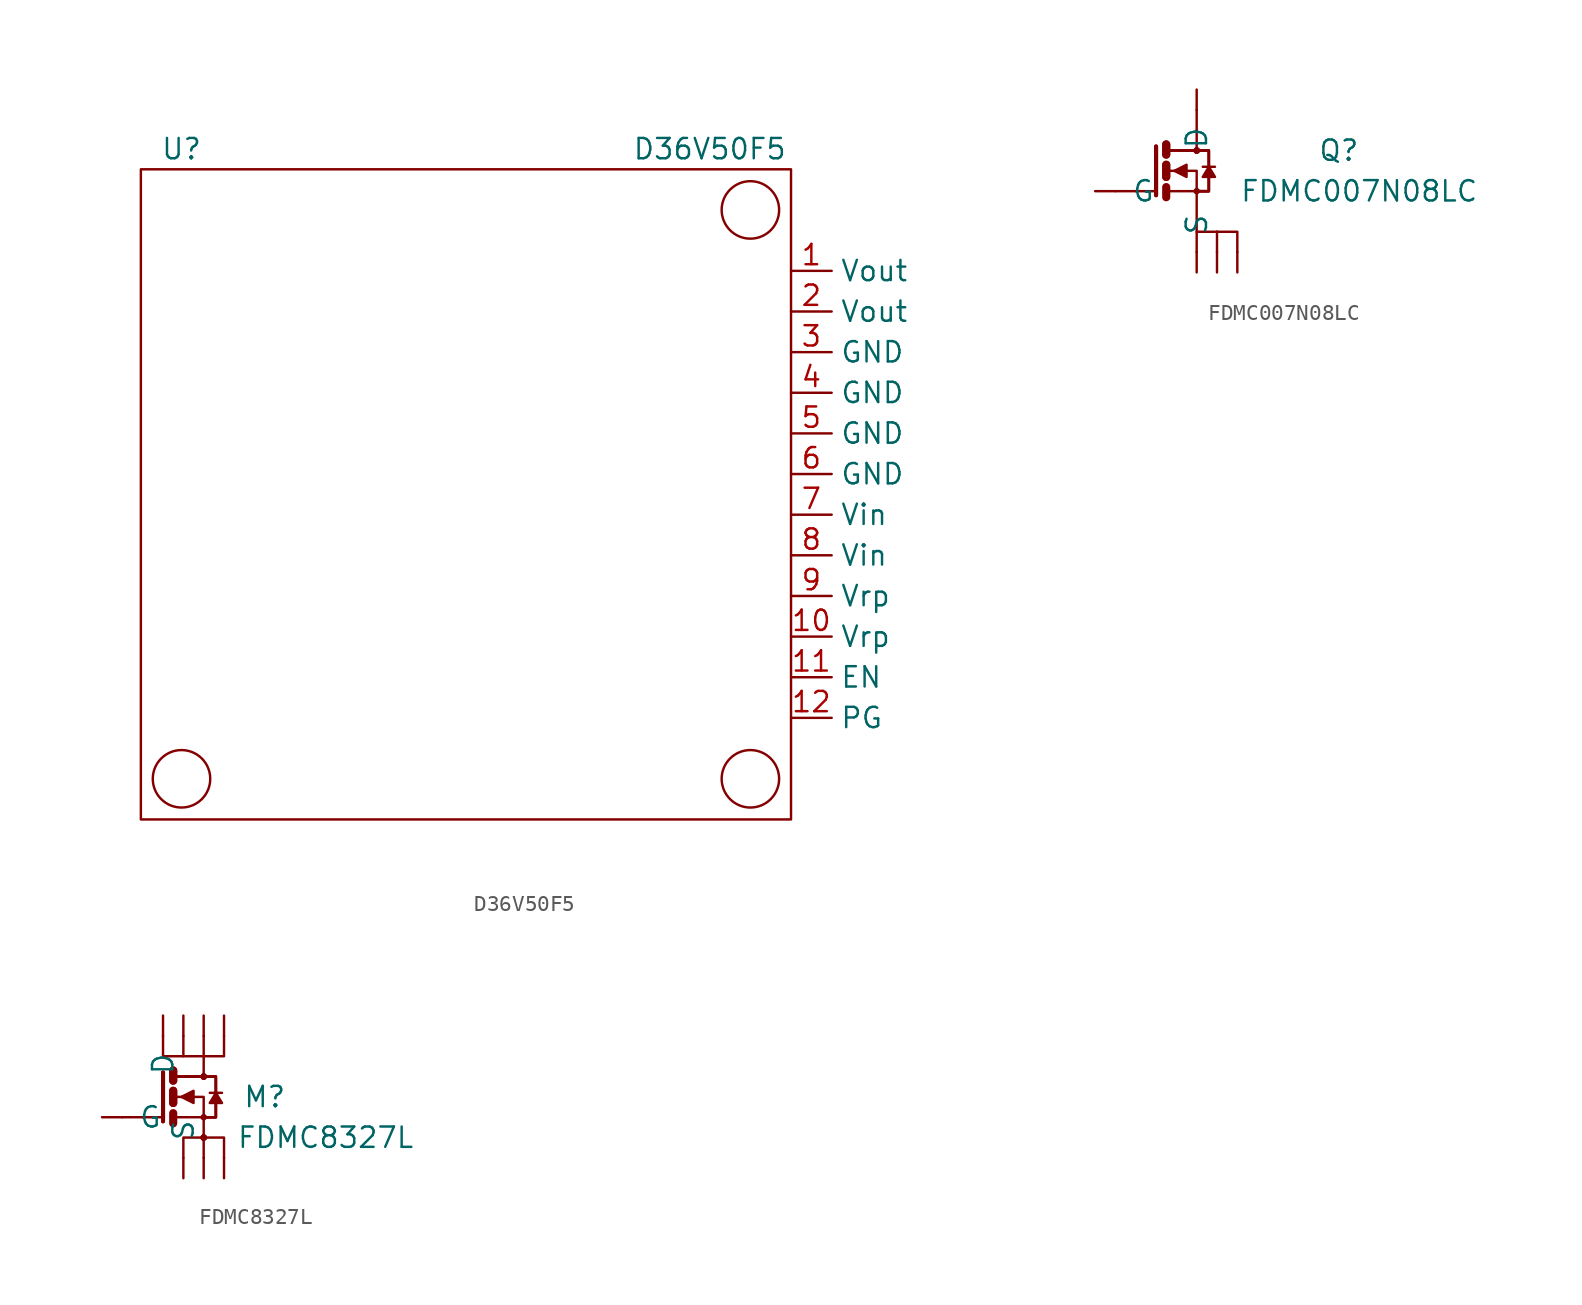
<source format=kicad_sym>
(kicad_symbol_lib
  (version 20211014)
  (generator kicad_symbol_editor)
  (symbol "D36V50F5"
    (property "Reference" "U"
      (at -17.78 21.59 0)
      (effects (font (size 1.27 1.27))))
    (property "Value" "D36V50F5"
      (at 15.24 21.59 0)
      (effects (font (size 1.27 1.27))))
    (symbol "D36V50F5_0_1"
      (rectangle (start -20.32 20.32) (end 20.32 -20.32) (stroke (width 0) (type default) (color 0 0 0 0)) (fill (type none)))
      (circle (center -17.78 -17.78) (radius 1.796) (stroke (width 0) (type default) (color 0 0 0 0)) (fill (type none)))
      (circle (center 17.78 -17.78) (radius 1.796) (stroke (width 0) (type default) (color 0 0 0 0)) (fill (type none)))
      (circle (center 17.78 17.78) (radius 1.796) (stroke (width 0) (type default) (color 0 0 0 0)) (fill (type none))))
    (symbol "D36V50F5_1_1"
      (pin input line (at 20.32 13.97 0) (length 2.54) (name "Vout" (effects (font (size 1.27 1.27)))) (number "1" (effects (font (size 1.27 1.27)))))
      (pin input line (at 20.32 -8.89 0) (length 2.54) (name "Vrp" (effects (font (size 1.27 1.27)))) (number "10" (effects (font (size 1.27 1.27)))))
      (pin input line (at 20.32 -11.43 0) (length 2.54) (name "EN" (effects (font (size 1.27 1.27)))) (number "11" (effects (font (size 1.27 1.27)))))
      (pin input line (at 20.32 -13.97 0) (length 2.54) (name "PG" (effects (font (size 1.27 1.27)))) (number "12" (effects (font (size 1.27 1.27)))))
      (pin input line (at 20.32 11.43 0) (length 2.54) (name "Vout" (effects (font (size 1.27 1.27)))) (number "2" (effects (font (size 1.27 1.27)))))
      (pin input line (at 20.32 8.89 0) (length 2.54) (name "GND" (effects (font (size 1.27 1.27)))) (number "3" (effects (font (size 1.27 1.27)))))
      (pin input line (at 20.32 6.35 0) (length 2.54) (name "GND" (effects (font (size 1.27 1.27)))) (number "4" (effects (font (size 1.27 1.27)))))
      (pin input line (at 20.32 3.81 0) (length 2.54) (name "GND" (effects (font (size 1.27 1.27)))) (number "5" (effects (font (size 1.27 1.27)))))
      (pin input line (at 20.32 1.27 0) (length 2.54) (name "GND" (effects (font (size 1.27 1.27)))) (number "6" (effects (font (size 1.27 1.27)))))
      (pin input line (at 20.32 -1.27 0) (length 2.54) (name "Vin" (effects (font (size 1.27 1.27)))) (number "7" (effects (font (size 1.27 1.27)))))
      (pin input line (at 20.32 -3.81 0) (length 2.54) (name "Vin" (effects (font (size 1.27 1.27)))) (number "8" (effects (font (size 1.27 1.27)))))
      (pin input line (at 20.32 -6.35 0) (length 2.54) (name "Vrp" (effects (font (size 1.27 1.27)))) (number "9" (effects (font (size 1.27 1.27)))))))
  (symbol "FDMC007N08LC"
    (pin_names
      (offset 1.016))
    (property "Reference" "Q"
      (at 10.16 1.27 0)
      (effects (font (size 1.27 1.27))))
    (property "Value" "FDMC007N08LC"
      (at 11.43 -1.27 0)
      (effects (font (size 1.27 1.27))))
    (symbol "FDMC007N08LC_0_1"
      (polyline (pts (xy 1.27 -1.27) (xy 1.27 -3.81)) (stroke (width 0) (type default) (color 0 0 0 0)) (fill (type none)))
      (polyline (pts (xy 1.27 2.54) (xy 1.27 1.27)) (stroke (width 0) (type default) (color 0 0 0 0)) (fill (type none))))
    (symbol "FDMC007N08LC_1_1"
      (polyline (pts (xy -3.81 -1.27) (xy -2.54 -1.27)) (stroke (width 0) (type default) (color 0 0 0 0)) (fill (type none)))
      (polyline (pts (xy -1.27 -1.27) (xy -2.54 -1.27)) (stroke (width 0) (type default) (color 0 0 0 0)) (fill (type none)))
      (polyline (pts (xy -0.635 -1.016) (xy -0.635 -1.651)) (stroke (width 0.508) (type default) (color 0 0 0 0)) (fill (type none)))
      (polyline (pts (xy -0.635 0.381) (xy -0.635 -0.381)) (stroke (width 0.508) (type default) (color 0 0 0 0)) (fill (type none)))
      (polyline (pts (xy -0.635 0.381) (xy -0.635 -0.381)) (stroke (width 0.508) (type default) (color 0 0 0 0)) (fill (type none)))
      (polyline (pts (xy -0.635 1.651) (xy -0.635 1.016)) (stroke (width 0.508) (type default) (color 0 0 0 0)) (fill (type none)))
      (polyline (pts (xy -0.635 1.651) (xy -0.635 1.016)) (stroke (width 0.508) (type default) (color 0 0 0 0)) (fill (type none)))
      (polyline (pts (xy -0.508 -1.27) (xy 1.27 -1.27)) (stroke (width 0) (type default) (color 0 0 0 0)) (fill (type none)))
      (polyline (pts (xy -0.508 1.27) (xy 1.27 1.27)) (stroke (width 0) (type default) (color 0 0 0 0)) (fill (type none)))
      (polyline (pts (xy -0.508 1.27) (xy 1.27 1.27)) (stroke (width 0) (type default) (color 0 0 0 0)) (fill (type none)))
      (polyline (pts (xy -0.508 1.27) (xy 1.27 1.27)) (stroke (width 0) (type default) (color 0 0 0 0)) (fill (type none)))
      (polyline (pts (xy -0.508 1.27) (xy 1.27 1.27)) (stroke (width 0) (type default) (color 0 0 0 0)) (fill (type none)))
      (polyline (pts (xy 1.27 3.81) (xy 1.27 2.54)) (stroke (width 0) (type default) (color 0 0 0 0)) (fill (type none)))
      (polyline (pts (xy 1.651 0.254) (xy 2.413 0.254)) (stroke (width 0) (type default) (color 0 0 0 0)) (fill (type none)))
      (polyline (pts (xy 2.54 -3.81) (xy 2.54 -5.08)) (stroke (width 0) (type default) (color 0 0 0 0)) (fill (type none)))
      (polyline (pts (xy -1.27 1.524) (xy -1.27 -1.524) (xy -1.27 -1.524)) (stroke (width 0.254) (type default) (color 0 0 0 0)) (fill (type none)))
      (polyline (pts (xy -1.27 1.524) (xy -1.27 -1.524) (xy -1.27 -1.524)) (stroke (width 0.254) (type default) (color 0 0 0 0)) (fill (type none)))
      (polyline (pts (xy -0.508 0) (xy 1.27 0) (xy 1.27 -1.27)) (stroke (width 0) (type default) (color 0 0 0 0)) (fill (type none)))
      (polyline (pts (xy 2.54 -3.81) (xy 1.27 -3.81) (xy 1.27 -5.08)) (stroke (width 0) (type default) (color 0 0 0 0)) (fill (type none)))
      (polyline (pts (xy 2.54 -3.81) (xy 3.81 -3.81) (xy 3.81 -5.08)) (stroke (width 0) (type default) (color 0 0 0 0)) (fill (type none)))
      (polyline (pts (xy -0.127 0) (xy 0.635 -0.381) (xy 0.635 0.381) (xy -0.127 0)) (stroke (width 0) (type default) (color 0 0 0 0)) (fill (type outline)))
      (polyline (pts (xy 1.27 -1.27) (xy 2.032 -1.27) (xy 2.032 1.27) (xy 1.27 1.27)) (stroke (width 0) (type default) (color 0 0 0 0)) (fill (type none)))
      (polyline (pts (xy 1.27 -1.27) (xy 2.032 -1.27) (xy 2.032 1.27) (xy 1.27 1.27)) (stroke (width 0) (type default) (color 0 0 0 0)) (fill (type none)))
      (polyline (pts (xy 1.27 -1.27) (xy 2.032 -1.27) (xy 2.032 1.27) (xy 1.27 1.27)) (stroke (width 0) (type default) (color 0 0 0 0)) (fill (type none)))
      (polyline (pts (xy 1.27 -1.27) (xy 2.032 -1.27) (xy 2.032 1.27) (xy 1.27 1.27)) (stroke (width 0) (type default) (color 0 0 0 0)) (fill (type none)))
      (polyline (pts (xy 2.032 0.254) (xy 2.413 -0.381) (xy 1.651 -0.381) (xy 2.032 0.254)) (stroke (width 0) (type default) (color 0 0 0 0)) (fill (type outline)))
      (circle (center 1.27 -1.27) (radius 0.127) (stroke (width 0) (type default) (color 0 0 0 0)) (fill (type none)))
      (circle (center 1.27 1.27) (radius 0.127) (stroke (width 0) (type default) (color 0 0 0 0)) (fill (type none)))
      (circle (center 1.27 1.27) (radius 0.127) (stroke (width 0) (type default) (color 0 0 0 0)) (fill (type none)))
      (circle (center 1.27 1.27) (radius 0.127) (stroke (width 0) (type default) (color 0 0 0 0)) (fill (type none)))
      (circle (center 1.27 1.27) (radius 0.127) (stroke (width 0) (type default) (color 0 0 0 0)) (fill (type none)))
      (pin power_in line (at 3.81 -6.35 90) (length 1.27) (name "S" (effects (font (size 0 0)))) (number "1" (effects (font (size 0 0)))))
      (pin bidirectional line (at 2.54 -6.35 90) (length 1.27) (name "S" (effects (font (size 0 0)))) (number "2" (effects (font (size 0 0)))))
      (pin bidirectional line (at 1.27 -6.35 90) (length 1.27) (name "S" (effects (font (size 1.27 1.27)))) (number "3" (effects (font (size 0 0)))))
      (pin passive line (at -5.08 -1.27 0) (length 1.27) (name "G" (effects (font (size 1.27 1.27)))) (number "4" (effects (font (size 0 0)))))
      (pin power_in line (at 1.27 5.08 270) (length 1.27) (name "D" (effects (font (size 1.27 1.27)))) (number "5" (effects (font (size 0 0)))))))
  (symbol "FDMC8327L"
    (pin_names
      (offset 1.016))
    (property "Reference" "M"
      (at 5.08 0 0)
      (effects (font (size 1.27 1.27))))
    (property "Value" "FDMC8327L"
      (at 8.89 -2.54 0)
      (effects (font (size 1.27 1.27))))
    (symbol "FDMC8327L_1_1"
      (polyline (pts (xy -3.81 -1.27) (xy -2.54 -1.27)) (stroke (width 0) (type default) (color 0 0 0 0)) (fill (type none)))
      (polyline (pts (xy -1.27 -1.27) (xy -2.54 -1.27)) (stroke (width 0) (type default) (color 0 0 0 0)) (fill (type none)))
      (polyline (pts (xy -0.635 -1.016) (xy -0.635 -1.651)) (stroke (width 0.508) (type default) (color 0 0 0 0)) (fill (type none)))
      (polyline (pts (xy -0.635 0.381) (xy -0.635 -0.381)) (stroke (width 0.508) (type default) (color 0 0 0 0)) (fill (type none)))
      (polyline (pts (xy -0.635 0.381) (xy -0.635 -0.381)) (stroke (width 0.508) (type default) (color 0 0 0 0)) (fill (type none)))
      (polyline (pts (xy -0.635 1.651) (xy -0.635 1.016)) (stroke (width 0.508) (type default) (color 0 0 0 0)) (fill (type none)))
      (polyline (pts (xy -0.635 1.651) (xy -0.635 1.016)) (stroke (width 0.508) (type default) (color 0 0 0 0)) (fill (type none)))
      (polyline (pts (xy -0.508 -1.27) (xy 1.27 -1.27)) (stroke (width 0) (type default) (color 0 0 0 0)) (fill (type none)))
      (polyline (pts (xy -0.508 1.27) (xy 1.27 1.27)) (stroke (width 0) (type default) (color 0 0 0 0)) (fill (type none)))
      (polyline (pts (xy -0.508 1.27) (xy 1.27 1.27)) (stroke (width 0) (type default) (color 0 0 0 0)) (fill (type none)))
      (polyline (pts (xy -0.508 1.27) (xy 1.27 1.27)) (stroke (width 0) (type default) (color 0 0 0 0)) (fill (type none)))
      (polyline (pts (xy -0.508 1.27) (xy 1.27 1.27)) (stroke (width 0) (type default) (color 0 0 0 0)) (fill (type none)))
      (polyline (pts (xy 0 3.81) (xy 0 2.54)) (stroke (width 0) (type default) (color 0 0 0 0)) (fill (type none)))
      (polyline (pts (xy 1.27 -2.54) (xy 1.27 -3.81)) (stroke (width 0) (type default) (color 0 0 0 0)) (fill (type none)))
      (polyline (pts (xy 1.27 -1.27) (xy 1.27 -2.54)) (stroke (width 0) (type default) (color 0 0 0 0)) (fill (type none)))
      (polyline (pts (xy 1.27 3.81) (xy 1.27 2.54)) (stroke (width 0) (type default) (color 0 0 0 0)) (fill (type none)))
      (polyline (pts (xy 1.651 0.254) (xy 2.413 0.254)) (stroke (width 0) (type default) (color 0 0 0 0)) (fill (type none)))
      (polyline (pts (xy -1.27 1.524) (xy -1.27 -1.524) (xy -1.27 -1.524)) (stroke (width 0.254) (type default) (color 0 0 0 0)) (fill (type none)))
      (polyline (pts (xy -1.27 1.524) (xy -1.27 -1.524) (xy -1.27 -1.524)) (stroke (width 0.254) (type default) (color 0 0 0 0)) (fill (type none)))
      (polyline (pts (xy -0.508 0) (xy 1.27 0) (xy 1.27 -1.27)) (stroke (width 0) (type default) (color 0 0 0 0)) (fill (type none)))
      (polyline (pts (xy 1.27 -2.54) (xy 0 -2.54) (xy 0 -3.81)) (stroke (width 0) (type default) (color 0 0 0 0)) (fill (type none)))
      (polyline (pts (xy 1.27 -2.54) (xy 2.54 -2.54) (xy 2.54 -3.81)) (stroke (width 0) (type default) (color 0 0 0 0)) (fill (type none)))
      (polyline (pts (xy 2.54 3.81) (xy 2.54 2.54) (xy 1.27 2.54)) (stroke (width 0) (type default) (color 0 0 0 0)) (fill (type none)))
      (polyline (pts (xy -1.27 3.81) (xy -1.27 2.54) (xy 1.27 2.54) (xy 1.27 1.27)) (stroke (width 0) (type default) (color 0 0 0 0)) (fill (type none)))
      (polyline (pts (xy -0.127 0) (xy 0.635 -0.381) (xy 0.635 0.381) (xy -0.127 0)) (stroke (width 0) (type default) (color 0 0 0 0)) (fill (type outline)))
      (polyline (pts (xy 1.27 -1.27) (xy 2.032 -1.27) (xy 2.032 1.27) (xy 1.27 1.27)) (stroke (width 0) (type default) (color 0 0 0 0)) (fill (type none)))
      (polyline (pts (xy 1.27 -1.27) (xy 2.032 -1.27) (xy 2.032 1.27) (xy 1.27 1.27)) (stroke (width 0) (type default) (color 0 0 0 0)) (fill (type none)))
      (polyline (pts (xy 1.27 -1.27) (xy 2.032 -1.27) (xy 2.032 1.27) (xy 1.27 1.27)) (stroke (width 0) (type default) (color 0 0 0 0)) (fill (type none)))
      (polyline (pts (xy 1.27 -1.27) (xy 2.032 -1.27) (xy 2.032 1.27) (xy 1.27 1.27)) (stroke (width 0) (type default) (color 0 0 0 0)) (fill (type none)))
      (polyline (pts (xy 2.032 0.254) (xy 2.413 -0.381) (xy 1.651 -0.381) (xy 2.032 0.254)) (stroke (width 0) (type default) (color 0 0 0 0)) (fill (type outline)))
      (circle (center 1.27 -2.54) (radius 0.127) (stroke (width 0) (type default) (color 0 0 0 0)) (fill (type none)))
      (circle (center 1.27 -2.54) (radius 0.127) (stroke (width 0) (type default) (color 0 0 0 0)) (fill (type none)))
      (circle (center 1.27 -2.54) (radius 0.127) (stroke (width 0) (type default) (color 0 0 0 0)) (fill (type none)))
      (circle (center 1.27 -2.54) (radius 0.127) (stroke (width 0) (type default) (color 0 0 0 0)) (fill (type none)))
      (circle (center 1.27 -1.27) (radius 0.127) (stroke (width 0) (type default) (color 0 0 0 0)) (fill (type none)))
      (circle (center 1.27 1.27) (radius 0.127) (stroke (width 0) (type default) (color 0 0 0 0)) (fill (type none)))
      (circle (center 1.27 1.27) (radius 0.127) (stroke (width 0) (type default) (color 0 0 0 0)) (fill (type none)))
      (circle (center 1.27 1.27) (radius 0.127) (stroke (width 0) (type default) (color 0 0 0 0)) (fill (type none)))
      (circle (center 1.27 1.27) (radius 0.127) (stroke (width 0) (type default) (color 0 0 0 0)) (fill (type none)))
      (pin bidirectional line (at 0 -5.08 90) (length 1.27) (name "S" (effects (font (size 1.27 1.27)))) (number "1" (effects (font (size 0 0)))))
      (pin bidirectional line (at 1.27 -5.08 90) (length 1.27) (name "S" (effects (font (size 0 0)))) (number "2" (effects (font (size 0 0)))))
      (pin power_in line (at 2.54 -5.08 90) (length 1.27) (name "S" (effects (font (size 0 0)))) (number "3" (effects (font (size 0 0)))))
      (pin passive line (at -5.08 -1.27 0) (length 1.27) (name "G" (effects (font (size 1.27 1.27)))) (number "4" (effects (font (size 0 0)))))
      (pin passive line (at -1.27 5.08 270) (length 1.27) (name "D" (effects (font (size 1.27 1.27)))) (number "5" (effects (font (size 0 0)))))
      (pin power_in line (at 0 5.08 270) (length 1.27) (name "D" (effects (font (size 0 0)))) (number "5" (effects (font (size 0 0)))))
      (pin power_in line (at 1.27 5.08 270) (length 1.27) (name "D" (effects (font (size 0 0)))) (number "5" (effects (font (size 0 0)))))
      (pin power_in line (at 2.54 5.08 270) (length 1.27) (name "D" (effects (font (size 0 0)))) (number "5" (effects (font (size 0 0))))))))
</source>
